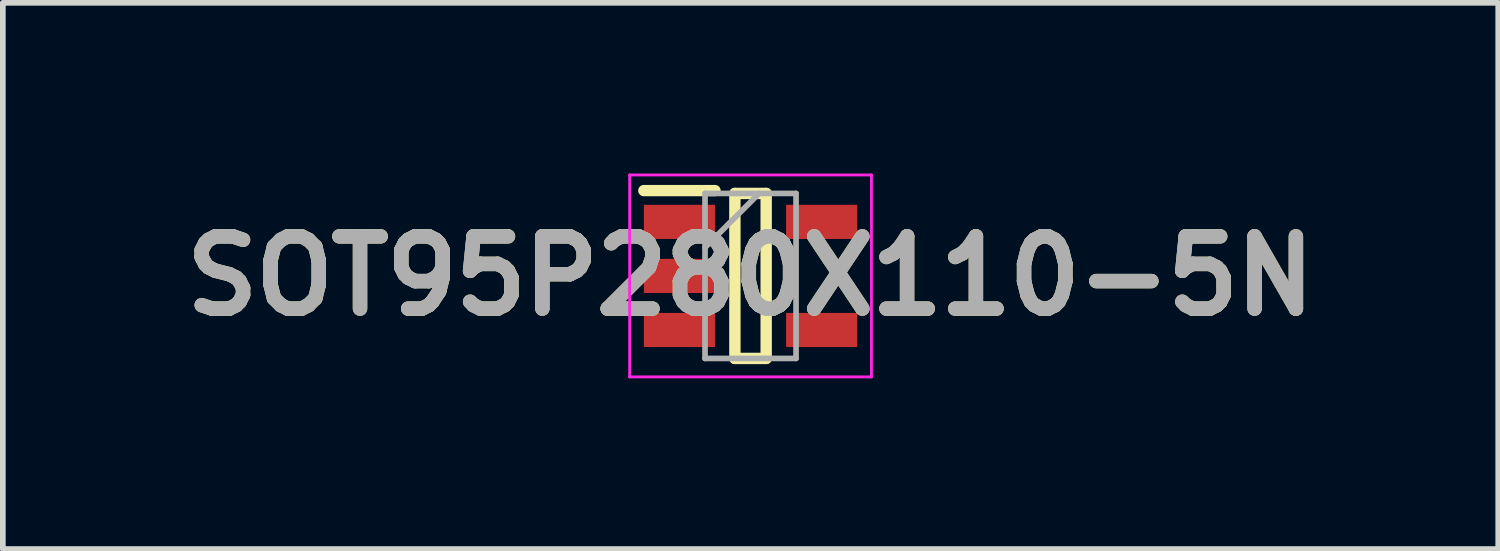
<source format=kicad_pcb>
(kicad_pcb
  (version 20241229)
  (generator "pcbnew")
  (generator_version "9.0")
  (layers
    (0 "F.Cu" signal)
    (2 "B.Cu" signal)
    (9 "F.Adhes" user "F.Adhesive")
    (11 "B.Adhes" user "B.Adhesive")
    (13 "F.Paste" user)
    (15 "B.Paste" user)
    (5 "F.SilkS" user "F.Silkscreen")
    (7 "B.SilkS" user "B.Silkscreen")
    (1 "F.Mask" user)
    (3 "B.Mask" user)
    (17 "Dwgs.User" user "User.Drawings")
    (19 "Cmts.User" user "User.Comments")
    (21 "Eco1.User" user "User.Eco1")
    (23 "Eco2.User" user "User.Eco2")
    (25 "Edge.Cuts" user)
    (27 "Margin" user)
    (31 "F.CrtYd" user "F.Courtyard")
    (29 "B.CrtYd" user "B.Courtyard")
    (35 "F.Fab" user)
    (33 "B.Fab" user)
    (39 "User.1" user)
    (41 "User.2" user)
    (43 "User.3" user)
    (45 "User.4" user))
  (footprint "SOT95P280X110-5N"
    (layer "F.Cu")
    (at 10.142 1.8)
    (property "Reference" "SOT95P280X110-5N" (at 0 0 0) (layer "F.SilkS") (effects (font (size 1.27 1.27) (thickness 0.254))))
    (attr smd)
    (fp_line (start -1.875 -1.5) (end -0.625 -1.5) (stroke (width 0.2) (type solid)) (layer "F.SilkS"))
    (fp_line (start -0.275 -1.45) (end 0.275 -1.45) (stroke (width 0.2) (type solid)) (layer "F.SilkS"))
    (fp_line (start -0.275 1.45) (end -0.275 -1.45) (stroke (width 0.2) (type solid)) (layer "F.SilkS"))
    (fp_line (start 0.275 -1.45) (end 0.275 1.45) (stroke (width 0.2) (type solid)) (layer "F.SilkS"))
    (fp_line (start 0.275 1.45) (end -0.275 1.45) (stroke (width 0.2) (type solid)) (layer "F.SilkS"))
    (fp_line (start -2.125 -1.775) (end 2.125 -1.775) (stroke (width 0.05) (type solid)) (layer "F.CrtYd"))
    (fp_line (start -2.125 1.775) (end -2.125 -1.775) (stroke (width 0.05) (type solid)) (layer "F.CrtYd"))
    (fp_line (start 2.125 -1.775) (end 2.125 1.775) (stroke (width 0.05) (type solid)) (layer "F.CrtYd"))
    (fp_line (start 2.125 1.775) (end -2.125 1.775) (stroke (width 0.05) (type solid)) (layer "F.CrtYd"))
    (fp_line (start -0.8 -1.45) (end 0.8 -1.45) (stroke (width 0.1) (type solid)) (layer "F.Fab"))
    (fp_line (start -0.8 -0.5) (end 0.15 -1.45) (stroke (width 0.1) (type solid)) (layer "F.Fab"))
    (fp_line (start -0.8 1.45) (end -0.8 -1.45) (stroke (width 0.1) (type solid)) (layer "F.Fab"))
    (fp_line (start 0.8 -1.45) (end 0.8 1.45) (stroke (width 0.1) (type solid)) (layer "F.Fab"))
    (fp_line (start 0.8 1.45) (end -0.8 1.45) (stroke (width 0.1) (type solid)) (layer "F.Fab"))
    (fp_text user "${REFERENCE}" (at 0 0 0) (layer "F.Fab") (effects (font (size 1.27 1.27) (thickness 0.254))))
    (pad "1" smd rect (at -1.25 -0.95 90) (size 0.6 1.25) (layers "F.Cu" "F.Mask" "F.Paste"))
    (pad "2" smd rect (at -1.25 0 90) (size 0.6 1.25) (layers "F.Cu" "F.Mask" "F.Paste"))
    (pad "3" smd rect (at -1.25 0.95 90) (size 0.6 1.25) (layers "F.Cu" "F.Mask" "F.Paste"))
    (pad "4" smd rect (at 1.25 0.95 90) (size 0.6 1.25) (layers "F.Cu" "F.Mask" "F.Paste"))
    (pad "5" smd rect (at 1.25 -0.95 90) (size 0.6 1.25) (layers "F.Cu" "F.Mask" "F.Paste")))
  (gr_rect
    (start -3 -3)
    (end 23.284 6.6)
    (stroke (width 0.1) (type default))
    (fill no)
    (layer "Edge.Cuts")))
</source>
